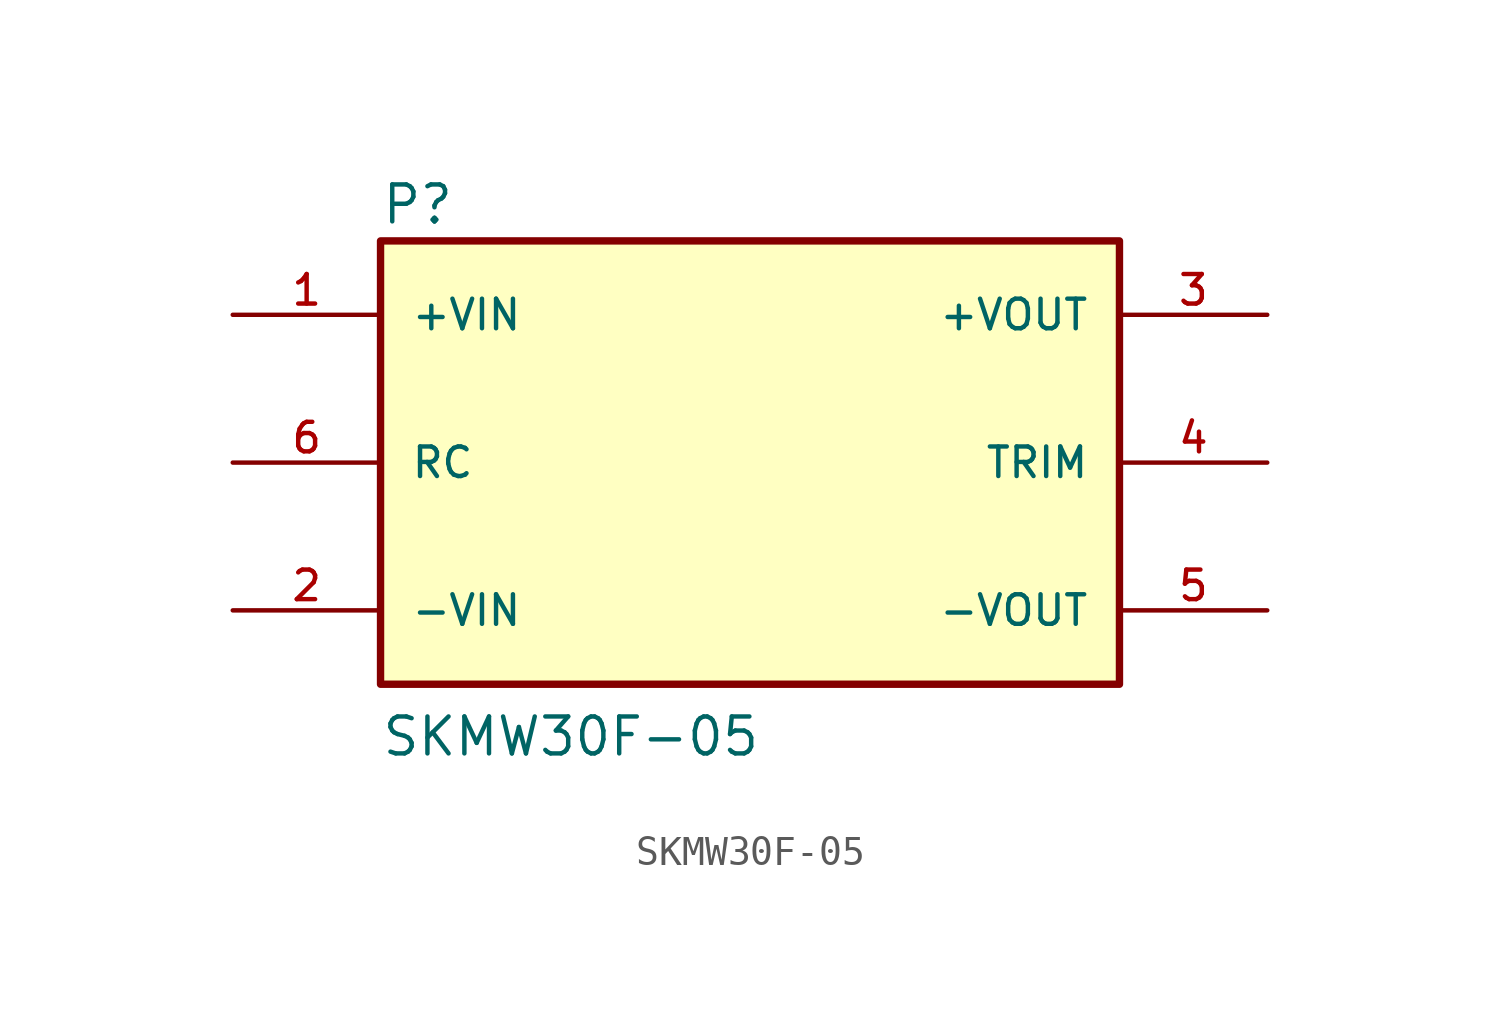
<source format=kicad_sym>
(kicad_symbol_lib
  (version 20231120)
  (generator "kicad_symbol_editor")
  (generator_version "8.0")
  (symbol "SKMW30F-05"
    (pin_names
      (offset 1.016))
    (property "Reference" "P"
      (at -12.7 8.128 0)
      (effects (font (size 1.27 1.27)) (justify left bottom)))
    (property "Value" "SKMW30F-05"
      (at -12.7 -10.16 0)
      (effects (font (size 1.27 1.27)) (justify left bottom)))
    (symbol "SKMW30F-05_0_0"
      (rectangle (start -12.7 -7.62) (end 12.7 7.62) (stroke (width 0.254) (type default)) (fill (type background)))
      (pin input line (at -17.78 5.08 0) (length 5.08) (name "+VIN" (effects (font (size 1.016 1.016)))) (number "1" (effects (font (size 1.016 1.016)))))
      (pin input line (at -17.78 -5.08 0) (length 5.08) (name "-VIN" (effects (font (size 1.016 1.016)))) (number "2" (effects (font (size 1.016 1.016)))))
      (pin output line (at 17.78 5.08 180) (length 5.08) (name "+VOUT" (effects (font (size 1.016 1.016)))) (number "3" (effects (font (size 1.016 1.016)))))
      (pin passive line (at 17.78 0 180) (length 5.08) (name "TRIM" (effects (font (size 1.016 1.016)))) (number "4" (effects (font (size 1.016 1.016)))))
      (pin output line (at 17.78 -5.08 180) (length 5.08) (name "-VOUT" (effects (font (size 1.016 1.016)))) (number "5" (effects (font (size 1.016 1.016)))))
      (pin passive line (at -17.78 0 0) (length 5.08) (name "RC" (effects (font (size 1.016 1.016)))) (number "6" (effects (font (size 1.016 1.016))))))))
</source>
